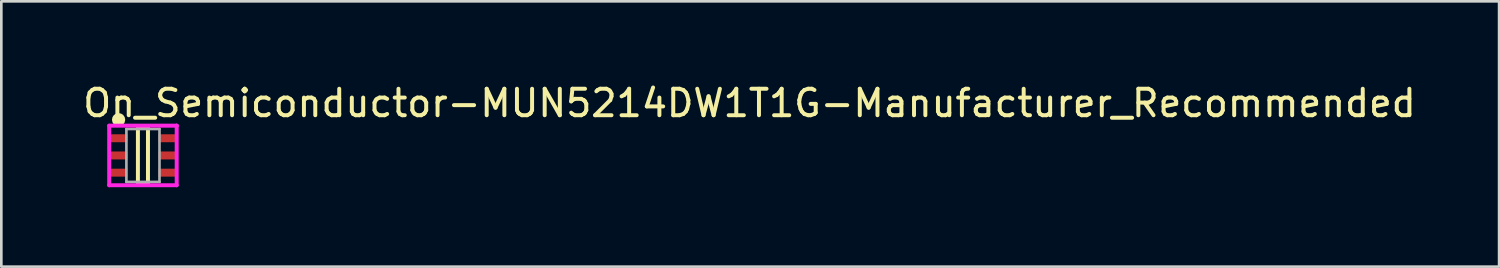
<source format=kicad_pcb>
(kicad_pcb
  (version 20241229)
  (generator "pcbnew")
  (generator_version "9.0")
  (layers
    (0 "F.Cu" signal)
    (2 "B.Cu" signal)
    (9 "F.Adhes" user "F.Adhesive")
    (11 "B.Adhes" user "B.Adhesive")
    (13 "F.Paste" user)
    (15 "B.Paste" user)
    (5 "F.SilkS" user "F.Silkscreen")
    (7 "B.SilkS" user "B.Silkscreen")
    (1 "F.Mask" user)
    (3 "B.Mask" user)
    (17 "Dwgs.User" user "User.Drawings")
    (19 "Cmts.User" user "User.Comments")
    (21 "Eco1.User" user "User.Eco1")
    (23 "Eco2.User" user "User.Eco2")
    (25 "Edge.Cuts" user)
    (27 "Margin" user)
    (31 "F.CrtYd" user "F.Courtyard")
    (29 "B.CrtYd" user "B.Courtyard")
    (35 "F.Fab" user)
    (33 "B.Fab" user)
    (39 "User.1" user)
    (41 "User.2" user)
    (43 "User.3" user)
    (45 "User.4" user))
  (footprint "On_Semiconductor-MUN5214DW1T1G-Manufacturer_Recommended"
    (layer "F.Cu")
    (at 2.35 2.823)
    (property "Reference" "On_Semiconductor-MUN5214DW1T1G-Manufacturer_Recommended" (at -2.35 -1.975 0) (layer "F.SilkS") (effects (font (size 1 1) (thickness 0.15)) (justify left)))
    (attr through_hole)
    (fp_line (start -0.19 -1.1) (end 0.19 -1.1) (stroke (width 0.15) (type solid)) (layer "F.SilkS"))
    (fp_line (start -0.19 1.1) (end -0.19 -1.1) (stroke (width 0.15) (type solid)) (layer "F.SilkS"))
    (fp_line (start -0.19 1.1) (end 0.19 1.1) (stroke (width 0.15) (type solid)) (layer "F.SilkS"))
    (fp_line (start 0.19 1.1) (end 0.19 -1.1) (stroke (width 0.15) (type solid)) (layer "F.SilkS"))
    (fp_circle (center -0.92 -1.35) (end -0.795 -1.35) (stroke (width 0.25) (type solid)) (fill no) (layer "F.SilkS"))
    (fp_line (start -1.275 -1.125) (end -1.275 1.125) (stroke (width 0.15) (type solid)) (layer "F.CrtYd"))
    (fp_line (start -1.275 1.125) (end 1.275 1.125) (stroke (width 0.15) (type solid)) (layer "F.CrtYd"))
    (fp_line (start 1.275 -1.125) (end -1.275 -1.125) (stroke (width 0.15) (type solid)) (layer "F.CrtYd"))
    (fp_line (start 1.275 -1.125) (end 1.275 -1.125) (stroke (width 0.15) (type solid)) (layer "F.CrtYd"))
    (fp_line (start 1.275 1.125) (end 1.275 -1.125) (stroke (width 0.15) (type solid)) (layer "F.CrtYd"))
    (fp_line (start -0.625 -1) (end 0.625 -1) (stroke (width 0.1) (type solid)) (layer "F.Fab"))
    (fp_line (start -0.625 1) (end -0.625 -1) (stroke (width 0.1) (type solid)) (layer "F.Fab"))
    (fp_line (start -0.625 1) (end 0.625 1) (stroke (width 0.1) (type solid)) (layer "F.Fab"))
    (fp_line (start 0.625 1) (end 0.625 -1) (stroke (width 0.1) (type solid)) (layer "F.Fab"))
    (pad "1" smd rect (at -0.92 -0.65 90) (size 0.3 0.66) (layers "F.Cu" "F.Mask" "F.Paste"))
    (pad "2" smd rect (at -0.92 -0.000001 90) (size 0.3 0.66) (layers "F.Cu" "F.Mask" "F.Paste"))
    (pad "3" smd rect (at -0.92 0.65 90) (size 0.3 0.66) (layers "F.Cu" "F.Mask" "F.Paste"))
    (pad "4" smd rect (at 0.92 0.65 90) (size 0.3 0.66) (layers "F.Cu" "F.Mask" "F.Paste"))
    (pad "5" smd rect (at 0.92 -0.000001 90) (size 0.3 0.66) (layers "F.Cu" "F.Mask" "F.Paste"))
    (pad "6" smd rect (at 0.92 -0.65 90) (size 0.3 0.66) (layers "F.Cu" "F.Mask" "F.Paste")))
  (gr_rect
    (start -3 -3)
    (end 53.583 7.023)
    (stroke (width 0.1) (type default))
    (fill no)
    (layer "Edge.Cuts")))
</source>
